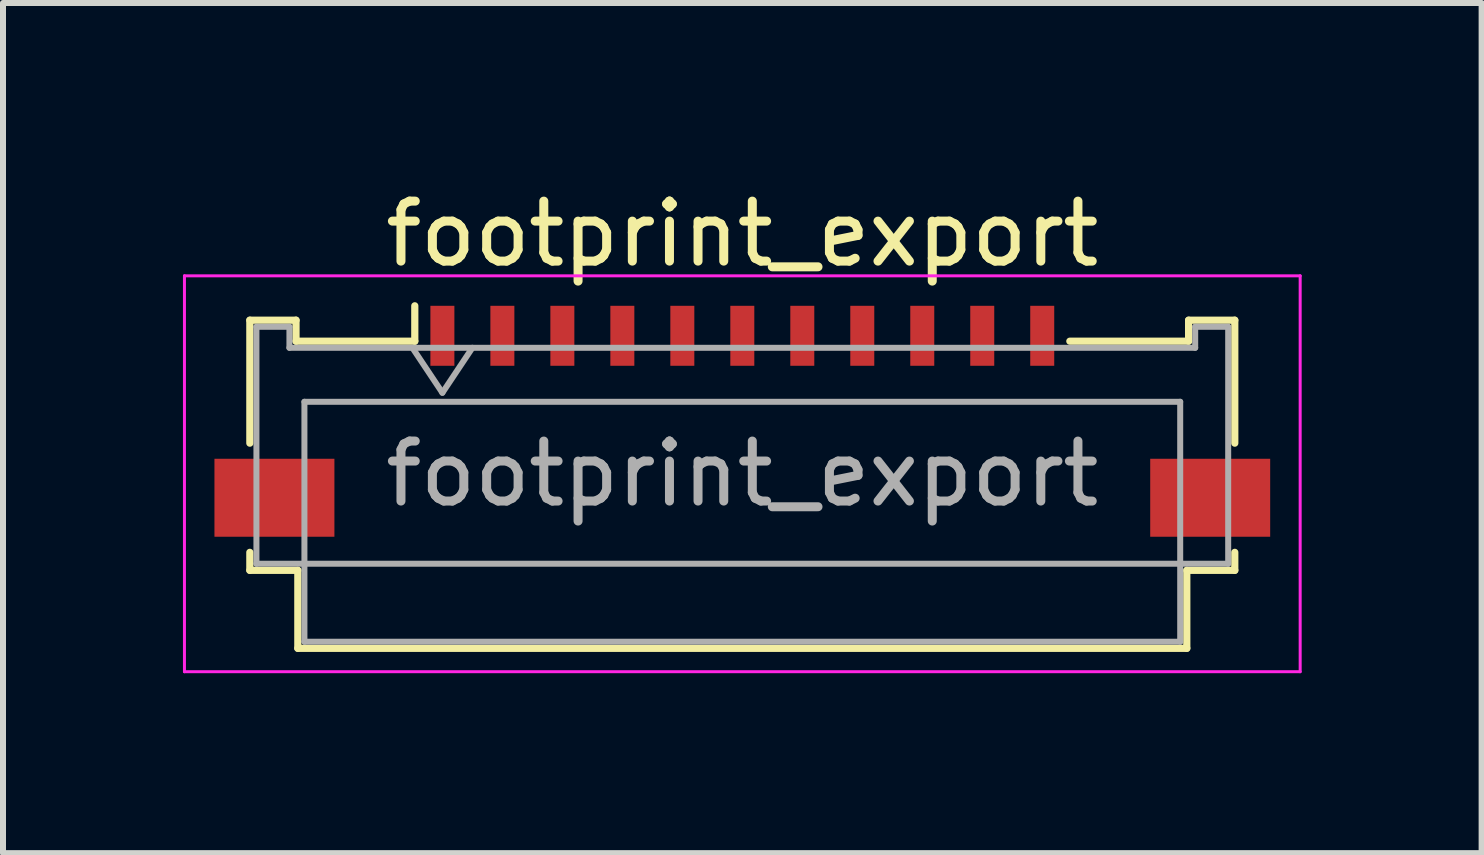
<source format=kicad_pcb>
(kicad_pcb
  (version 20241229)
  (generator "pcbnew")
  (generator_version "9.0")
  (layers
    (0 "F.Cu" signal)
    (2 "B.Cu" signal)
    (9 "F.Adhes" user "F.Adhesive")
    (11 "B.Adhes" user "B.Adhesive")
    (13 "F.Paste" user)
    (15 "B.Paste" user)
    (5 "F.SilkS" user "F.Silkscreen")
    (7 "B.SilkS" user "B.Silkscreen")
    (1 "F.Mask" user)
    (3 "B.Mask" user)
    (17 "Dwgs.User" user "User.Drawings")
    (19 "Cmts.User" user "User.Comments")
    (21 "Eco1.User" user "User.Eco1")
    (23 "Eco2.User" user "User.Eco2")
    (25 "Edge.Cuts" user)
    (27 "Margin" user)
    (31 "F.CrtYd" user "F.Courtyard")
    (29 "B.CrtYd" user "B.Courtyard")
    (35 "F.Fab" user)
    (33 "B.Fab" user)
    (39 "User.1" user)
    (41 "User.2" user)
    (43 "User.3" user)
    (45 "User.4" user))
  (footprint "footprint_export"
    (layer "F.Cu")
    (at 9.325 3.458)
    (property "Reference" "footprint_export" (at 0 -2.61 0) (layer "F.SilkS") (effects (font (size 1 1) (thickness 0.15))))
    (attr smd)
    (fp_line (start -8.21 -1.17) (end -8.21 0.88) (stroke (width 0.12) (type solid)) (layer "F.SilkS"))
    (fp_line (start -8.21 2.7) (end -8.21 3) (stroke (width 0.12) (type solid)) (layer "F.SilkS"))
    (fp_line (start -8.21 3) (end -7.41 3) (stroke (width 0.12) (type solid)) (layer "F.SilkS"))
    (fp_line (start -7.44 -1.17) (end -8.21 -1.17) (stroke (width 0.12) (type solid)) (layer "F.SilkS"))
    (fp_line (start -7.44 -0.82) (end -7.44 -1.17) (stroke (width 0.12) (type solid)) (layer "F.SilkS"))
    (fp_line (start -7.41 3) (end -7.41 4.3) (stroke (width 0.12) (type solid)) (layer "F.SilkS"))
    (fp_line (start -7.41 4.3) (end 7.41 4.3) (stroke (width 0.12) (type solid)) (layer "F.SilkS"))
    (fp_line (start -5.46 -1.41) (end -5.46 -0.82) (stroke (width 0.12) (type solid)) (layer "F.SilkS"))
    (fp_line (start -5.46 -0.82) (end -7.44 -0.82) (stroke (width 0.12) (type solid)) (layer "F.SilkS"))
    (fp_line (start 7.41 3) (end 8.21 3) (stroke (width 0.12) (type solid)) (layer "F.SilkS"))
    (fp_line (start 7.41 4.3) (end 7.41 3) (stroke (width 0.12) (type solid)) (layer "F.SilkS"))
    (fp_line (start 7.44 -1.17) (end 7.44 -0.82) (stroke (width 0.12) (type solid)) (layer "F.SilkS"))
    (fp_line (start 7.44 -0.82) (end 5.46 -0.82) (stroke (width 0.12) (type solid)) (layer "F.SilkS"))
    (fp_line (start 8.21 -1.17) (end 7.44 -1.17) (stroke (width 0.12) (type solid)) (layer "F.SilkS"))
    (fp_line (start 8.21 0.88) (end 8.21 -1.17) (stroke (width 0.12) (type solid)) (layer "F.SilkS"))
    (fp_line (start 8.21 3) (end 8.21 2.7) (stroke (width 0.12) (type solid)) (layer "F.SilkS"))
    (fp_line (start -9.3 -1.91) (end -9.3 4.69) (stroke (width 0.05) (type solid)) (layer "F.CrtYd"))
    (fp_line (start -9.3 4.69) (end 9.3 4.69) (stroke (width 0.05) (type solid)) (layer "F.CrtYd"))
    (fp_line (start 9.3 -1.91) (end -9.3 -1.91) (stroke (width 0.05) (type solid)) (layer "F.CrtYd"))
    (fp_line (start 9.3 4.69) (end 9.3 -1.91) (stroke (width 0.05) (type solid)) (layer "F.CrtYd"))
    (fp_line (start -8.1 -1.06) (end -8.1 2.89) (stroke (width 0.1) (type solid)) (layer "F.Fab"))
    (fp_line (start -8.1 2.89) (end 8.1 2.89) (stroke (width 0.1) (type solid)) (layer "F.Fab"))
    (fp_line (start -7.55 -1.06) (end -8.1 -1.06) (stroke (width 0.1) (type solid)) (layer "F.Fab"))
    (fp_line (start -7.55 -0.71) (end -7.55 -1.06) (stroke (width 0.1) (type solid)) (layer "F.Fab"))
    (fp_line (start -7.3 0.19) (end -7.3 4.19) (stroke (width 0.1) (type solid)) (layer "F.Fab"))
    (fp_line (start -7.3 4.19) (end 7.3 4.19) (stroke (width 0.1) (type solid)) (layer "F.Fab"))
    (fp_line (start -5.5 -0.71) (end -5 0.04) (stroke (width 0.1) (type solid)) (layer "F.Fab"))
    (fp_line (start -5 0.04) (end -4.5 -0.71) (stroke (width 0.1) (type solid)) (layer "F.Fab"))
    (fp_line (start 7.3 0.19) (end -7.3 0.19) (stroke (width 0.1) (type solid)) (layer "F.Fab"))
    (fp_line (start 7.3 4.19) (end 7.3 0.19) (stroke (width 0.1) (type solid)) (layer "F.Fab"))
    (fp_line (start 7.55 -1.06) (end 7.55 -0.71) (stroke (width 0.1) (type solid)) (layer "F.Fab"))
    (fp_line (start 7.55 -0.71) (end -7.55 -0.71) (stroke (width 0.1) (type solid)) (layer "F.Fab"))
    (fp_line (start 8.1 -1.06) (end 7.55 -1.06) (stroke (width 0.1) (type solid)) (layer "F.Fab"))
    (fp_line (start 8.1 2.89) (end 8.1 -1.06) (stroke (width 0.1) (type solid)) (layer "F.Fab"))
    (fp_text user "${REFERENCE}" (at 0 1.39 0) (layer "F.Fab") (effects (font (size 1 1) (thickness 0.15))))
    (pad "1" smd rect (at -5 -0.91) (size 0.4 1) (layers "F.Cu" "F.Mask" "F.Paste"))
    (pad "2" smd rect (at -4 -0.91) (size 0.4 1) (layers "F.Cu" "F.Mask" "F.Paste"))
    (pad "3" smd rect (at -3 -0.91) (size 0.4 1) (layers "F.Cu" "F.Mask" "F.Paste"))
    (pad "4" smd rect (at -2 -0.91) (size 0.4 1) (layers "F.Cu" "F.Mask" "F.Paste"))
    (pad "5" smd rect (at -1 -0.91) (size 0.4 1) (layers "F.Cu" "F.Mask" "F.Paste"))
    (pad "6" smd rect (at 0 -0.91) (size 0.4 1) (layers "F.Cu" "F.Mask" "F.Paste"))
    (pad "7" smd rect (at 1 -0.91) (size 0.4 1) (layers "F.Cu" "F.Mask" "F.Paste"))
    (pad "8" smd rect (at 2 -0.91) (size 0.4 1) (layers "F.Cu" "F.Mask" "F.Paste"))
    (pad "9" smd rect (at 3 -0.91) (size 0.4 1) (layers "F.Cu" "F.Mask" "F.Paste"))
    (pad "10" smd rect (at 4 -0.91) (size 0.4 1) (layers "F.Cu" "F.Mask" "F.Paste"))
    (pad "11" smd rect (at 5 -0.91) (size 0.4 1) (layers "F.Cu" "F.Mask" "F.Paste"))
    (pad "MP" smd rect (at -7.8 1.79) (size 2 1.3) (layers "F.Cu" "F.Mask" "F.Paste"))
    (pad "MP" smd rect (at 7.8 1.79) (size 2 1.3) (layers "F.Cu" "F.Mask" "F.Paste")))
  (gr_rect
    (start -3 -3)
    (end 21.65 11.173)
    (stroke (width 0.1) (type default))
    (fill no)
    (layer "Edge.Cuts")))
</source>
